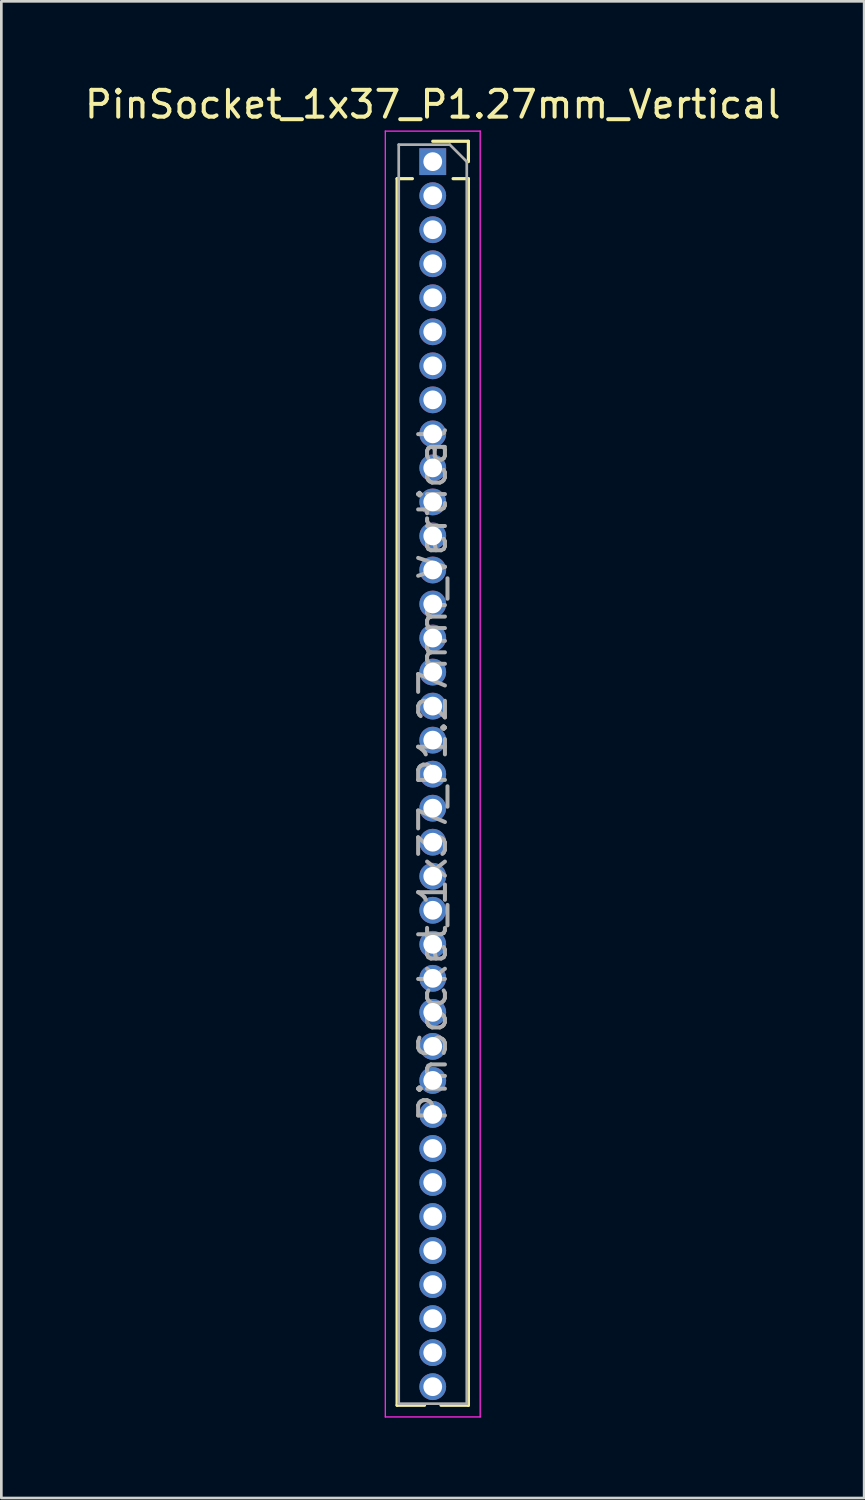
<source format=kicad_pcb>
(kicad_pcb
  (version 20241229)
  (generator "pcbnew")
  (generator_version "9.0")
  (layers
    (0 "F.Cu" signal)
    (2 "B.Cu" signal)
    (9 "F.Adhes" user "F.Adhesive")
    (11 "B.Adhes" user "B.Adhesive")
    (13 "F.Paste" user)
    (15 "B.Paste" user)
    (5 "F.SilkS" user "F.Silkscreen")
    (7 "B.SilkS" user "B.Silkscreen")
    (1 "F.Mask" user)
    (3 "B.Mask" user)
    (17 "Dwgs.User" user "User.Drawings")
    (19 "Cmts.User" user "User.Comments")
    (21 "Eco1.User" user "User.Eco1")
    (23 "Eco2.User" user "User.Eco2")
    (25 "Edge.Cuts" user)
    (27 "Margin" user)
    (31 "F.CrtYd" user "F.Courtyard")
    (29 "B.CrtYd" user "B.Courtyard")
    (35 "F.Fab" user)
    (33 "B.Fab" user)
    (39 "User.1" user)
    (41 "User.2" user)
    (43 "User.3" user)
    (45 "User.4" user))
  (footprint "PinSocket_1x37_P1.27mm_Vertical"
    (layer "F.Cu")
    (at 13.101 2.983)
    (property "Reference" "PinSocket_1x37_P1.27mm_Vertical" (at 0 -2.135 0) (layer "F.SilkS") (effects (font (size 1 1) (thickness 0.15))))
    (attr through_hole)
    (fp_line (start -1.33 0.635) (end -1.33 46.415) (stroke (width 0.12) (type solid)) (layer "F.SilkS"))
    (fp_line (start -1.33 0.635) (end -0.76 0.635) (stroke (width 0.12) (type solid)) (layer "F.SilkS"))
    (fp_line (start -1.33 46.415) (end -0.308 46.415) (stroke (width 0.12) (type solid)) (layer "F.SilkS"))
    (fp_line (start 0 -0.76) (end 1.33 -0.76) (stroke (width 0.12) (type solid)) (layer "F.SilkS"))
    (fp_line (start 0.308 46.415) (end 1.33 46.415) (stroke (width 0.12) (type solid)) (layer "F.SilkS"))
    (fp_line (start 0.76 0.635) (end 1.33 0.635) (stroke (width 0.12) (type solid)) (layer "F.SilkS"))
    (fp_line (start 1.33 -0.76) (end 1.33 0) (stroke (width 0.12) (type solid)) (layer "F.SilkS"))
    (fp_line (start 1.33 0.635) (end 1.33 46.415) (stroke (width 0.12) (type solid)) (layer "F.SilkS"))
    (fp_line (start -1.77 -1.14) (end 1.77 -1.14) (stroke (width 0.05) (type solid)) (layer "F.CrtYd"))
    (fp_line (start -1.77 46.85) (end -1.77 -1.14) (stroke (width 0.05) (type solid)) (layer "F.CrtYd"))
    (fp_line (start 1.77 -1.14) (end 1.77 46.85) (stroke (width 0.05) (type solid)) (layer "F.CrtYd"))
    (fp_line (start 1.77 46.85) (end -1.77 46.85) (stroke (width 0.05) (type solid)) (layer "F.CrtYd"))
    (fp_line (start -1.27 -0.635) (end 0.635 -0.635) (stroke (width 0.1) (type solid)) (layer "F.Fab"))
    (fp_line (start -1.27 46.355) (end -1.27 -0.635) (stroke (width 0.1) (type solid)) (layer "F.Fab"))
    (fp_line (start 0.635 -0.635) (end 1.27 0) (stroke (width 0.1) (type solid)) (layer "F.Fab"))
    (fp_line (start 1.27 0) (end 1.27 46.355) (stroke (width 0.1) (type solid)) (layer "F.Fab"))
    (fp_line (start 1.27 46.355) (end -1.27 46.355) (stroke (width 0.1) (type solid)) (layer "F.Fab"))
    (fp_text user "${REFERENCE}" (at 0 22.86 90) (layer "F.Fab") (effects (font (size 1 1) (thickness 0.15))))
    (pad "1" thru_hole rect (at 0 0) (size 1 1) (drill 0.7) (layers "*.Cu" "*.Mask"))
    (pad "2" thru_hole circle (at 0 1.27) (size 1 1) (drill 0.7) (layers "*.Cu" "*.Mask"))
    (pad "3" thru_hole circle (at 0 2.54) (size 1 1) (drill 0.7) (layers "*.Cu" "*.Mask"))
    (pad "4" thru_hole circle (at 0 3.81) (size 1 1) (drill 0.7) (layers "*.Cu" "*.Mask"))
    (pad "5" thru_hole circle (at 0 5.08) (size 1 1) (drill 0.7) (layers "*.Cu" "*.Mask"))
    (pad "6" thru_hole circle (at 0 6.35) (size 1 1) (drill 0.7) (layers "*.Cu" "*.Mask"))
    (pad "7" thru_hole circle (at 0 7.62) (size 1 1) (drill 0.7) (layers "*.Cu" "*.Mask"))
    (pad "8" thru_hole circle (at 0 8.89) (size 1 1) (drill 0.7) (layers "*.Cu" "*.Mask"))
    (pad "9" thru_hole circle (at 0 10.16) (size 1 1) (drill 0.7) (layers "*.Cu" "*.Mask"))
    (pad "10" thru_hole circle (at 0 11.43) (size 1 1) (drill 0.7) (layers "*.Cu" "*.Mask"))
    (pad "11" thru_hole circle (at 0 12.7) (size 1 1) (drill 0.7) (layers "*.Cu" "*.Mask"))
    (pad "12" thru_hole circle (at 0 13.97) (size 1 1) (drill 0.7) (layers "*.Cu" "*.Mask"))
    (pad "13" thru_hole circle (at 0 15.24) (size 1 1) (drill 0.7) (layers "*.Cu" "*.Mask"))
    (pad "14" thru_hole circle (at 0 16.51) (size 1 1) (drill 0.7) (layers "*.Cu" "*.Mask"))
    (pad "15" thru_hole circle (at 0 17.78) (size 1 1) (drill 0.7) (layers "*.Cu" "*.Mask"))
    (pad "16" thru_hole circle (at 0 19.05) (size 1 1) (drill 0.7) (layers "*.Cu" "*.Mask"))
    (pad "17" thru_hole circle (at 0 20.32) (size 1 1) (drill 0.7) (layers "*.Cu" "*.Mask"))
    (pad "18" thru_hole circle (at 0 21.59) (size 1 1) (drill 0.7) (layers "*.Cu" "*.Mask"))
    (pad "19" thru_hole circle (at 0 22.86) (size 1 1) (drill 0.7) (layers "*.Cu" "*.Mask"))
    (pad "20" thru_hole circle (at 0 24.13) (size 1 1) (drill 0.7) (layers "*.Cu" "*.Mask"))
    (pad "21" thru_hole circle (at 0 25.4) (size 1 1) (drill 0.7) (layers "*.Cu" "*.Mask"))
    (pad "22" thru_hole circle (at 0 26.67) (size 1 1) (drill 0.7) (layers "*.Cu" "*.Mask"))
    (pad "23" thru_hole circle (at 0 27.94) (size 1 1) (drill 0.7) (layers "*.Cu" "*.Mask"))
    (pad "24" thru_hole circle (at 0 29.21) (size 1 1) (drill 0.7) (layers "*.Cu" "*.Mask"))
    (pad "25" thru_hole circle (at 0 30.48) (size 1 1) (drill 0.7) (layers "*.Cu" "*.Mask"))
    (pad "26" thru_hole circle (at 0 31.75) (size 1 1) (drill 0.7) (layers "*.Cu" "*.Mask"))
    (pad "27" thru_hole circle (at 0 33.02) (size 1 1) (drill 0.7) (layers "*.Cu" "*.Mask"))
    (pad "28" thru_hole circle (at 0 34.29) (size 1 1) (drill 0.7) (layers "*.Cu" "*.Mask"))
    (pad "29" thru_hole circle (at 0 35.56) (size 1 1) (drill 0.7) (layers "*.Cu" "*.Mask"))
    (pad "30" thru_hole circle (at 0 36.83) (size 1 1) (drill 0.7) (layers "*.Cu" "*.Mask"))
    (pad "31" thru_hole circle (at 0 38.1) (size 1 1) (drill 0.7) (layers "*.Cu" "*.Mask"))
    (pad "32" thru_hole circle (at 0 39.37) (size 1 1) (drill 0.7) (layers "*.Cu" "*.Mask"))
    (pad "33" thru_hole circle (at 0 40.64) (size 1 1) (drill 0.7) (layers "*.Cu" "*.Mask"))
    (pad "34" thru_hole circle (at 0 41.91) (size 1 1) (drill 0.7) (layers "*.Cu" "*.Mask"))
    (pad "35" thru_hole circle (at 0 43.18) (size 1 1) (drill 0.7) (layers "*.Cu" "*.Mask"))
    (pad "36" thru_hole circle (at 0 44.45) (size 1 1) (drill 0.7) (layers "*.Cu" "*.Mask"))
    (pad "37" thru_hole circle (at 0 45.72) (size 1 1) (drill 0.7) (layers "*.Cu" "*.Mask")))
  (gr_rect
    (start -3 -3)
    (end 29.202 52.858)
    (stroke (width 0.1) (type default))
    (fill no)
    (layer "Edge.Cuts")))
</source>
